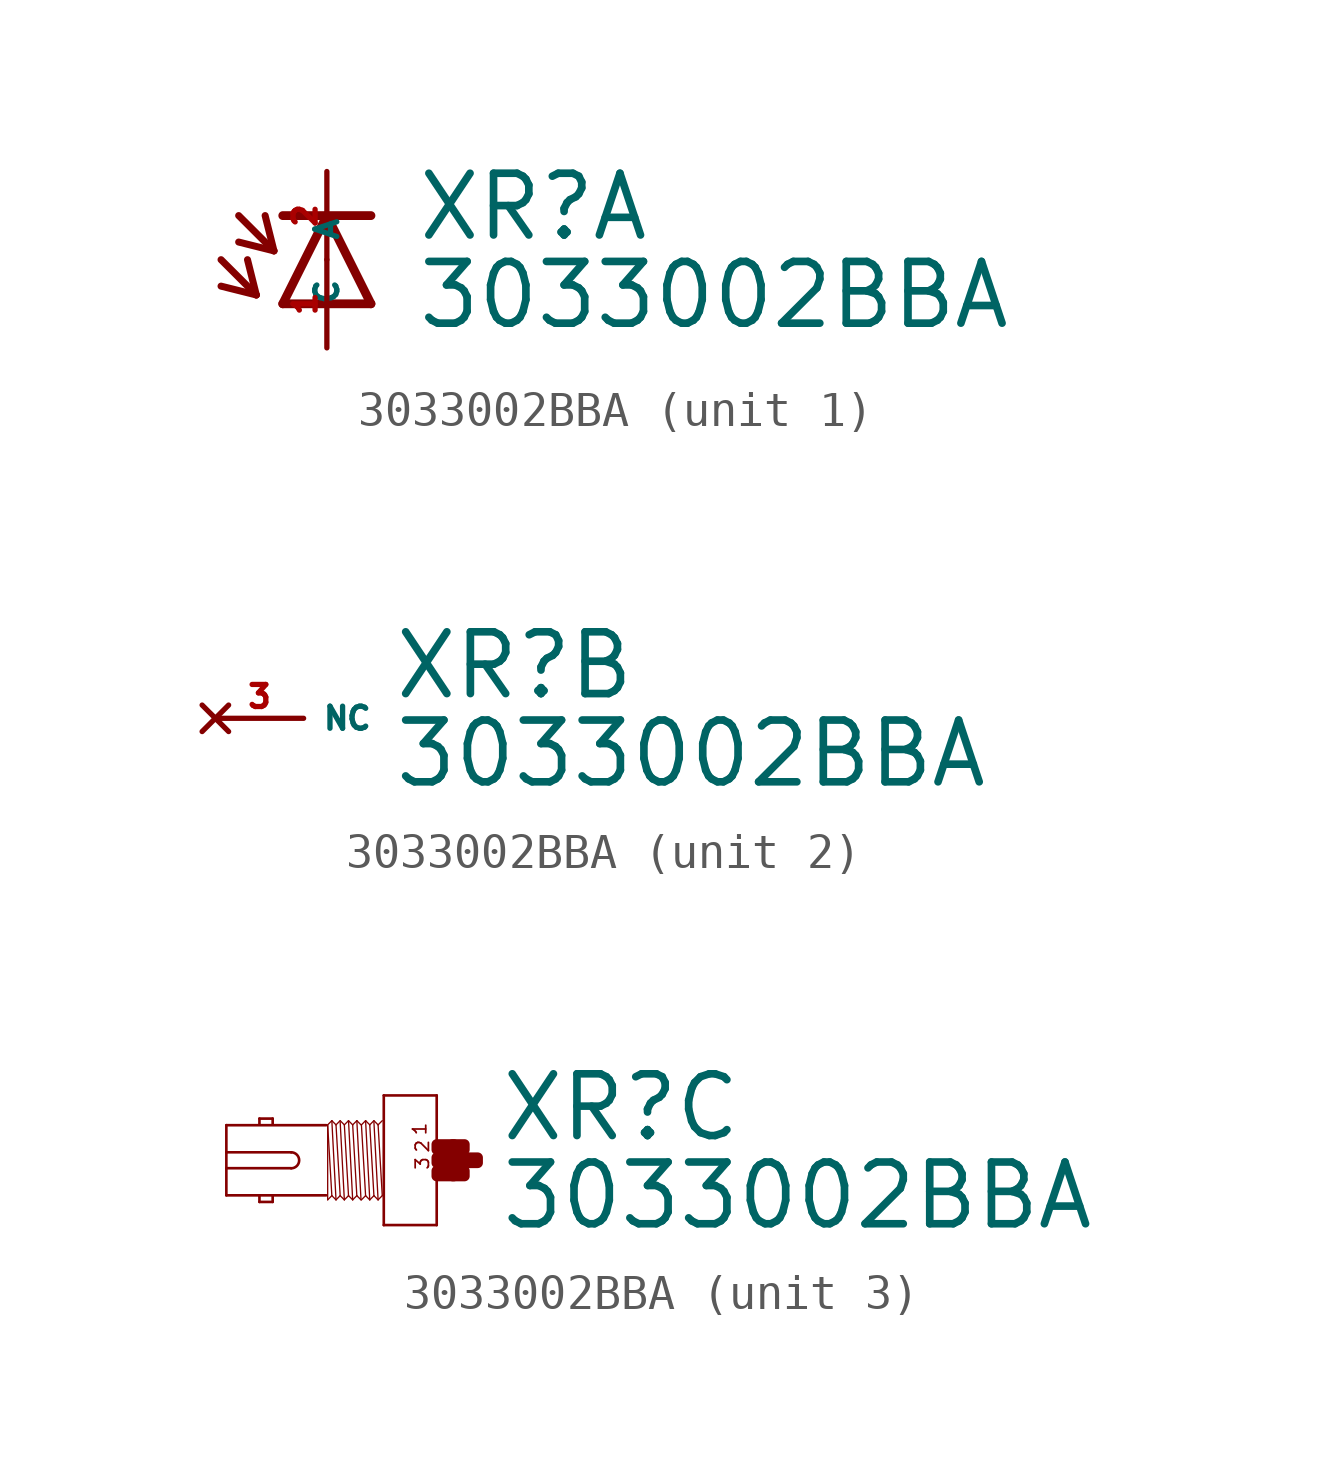
<source format=kicad_sym>
(kicad_symbol_lib
  (version 20220914)
  (generator Eagle2Kicad)
  (symbol "3033002BBA"
    (property "Reference" "XR"
      (at 2.54 0.483 0)
      (effects (font (size 1.778 1.778) (thickness 0.22)) (justify left bottom)))
    (property "Value" "3033002BBA"
      (at 2.54 -2.057 0)
      (effects (font (size 1.778 1.778) (thickness 0.22)) (justify left bottom)))
    (symbol "3033002BBA_1_0"
      (polyline (pts (xy 1.27 -1.27) (xy 0 1.27)) (stroke (width 0.254) (type default)) (fill (type none)))
      (polyline (pts (xy 0 1.27) (xy -1.27 -1.27)) (stroke (width 0.254) (type default)) (fill (type none)))
      (polyline (pts (xy -1.27 1.27) (xy 0 1.27)) (stroke (width 0.254) (type default)) (fill (type none)))
      (polyline (pts (xy -1.27 -1.27) (xy 1.27 -1.27)) (stroke (width 0.254) (type default)) (fill (type none)))
      (polyline (pts (xy 0 1.27) (xy 1.27 1.27)) (stroke (width 0.254) (type default)) (fill (type none)))
      (polyline (pts (xy -3.048 0) (xy -2.032 -1.016)) (stroke (width 0.203) (type default)) (fill (type none)))
      (polyline (pts (xy -2.032 -1.016) (xy -2.286 0)) (stroke (width 0.203) (type default)) (fill (type none)))
      (polyline (pts (xy -2.032 -1.016) (xy -3.048 -0.762)) (stroke (width 0.203) (type default)) (fill (type none)))
      (polyline (pts (xy -2.54 1.27) (xy -1.524 0.254)) (stroke (width 0.203) (type default)) (fill (type none)))
      (polyline (pts (xy -1.524 0.254) (xy -1.778 1.27)) (stroke (width 0.203) (type default)) (fill (type none)))
      (polyline (pts (xy -1.524 0.254) (xy -2.54 0.508)) (stroke (width 0.203) (type default)) (fill (type none)))
      (pin passive line (at 0 -2.54 90) (length 2.54) (name "A" (effects (font (size 0.635 0.635) (thickness 0.08)) (justify left bottom))) (number "1" (effects (font (size 0.635 0.635) (thickness 0.08)) (justify left bottom))))
      (pin passive line (at 0 2.54 270) (length 2.54) (name "C" (effects (font (size 0.635 0.635) (thickness 0.08)) (justify left bottom))) (number "2" (effects (font (size 0.635 0.635) (thickness 0.08)) (justify left bottom)))))
    (symbol "3033002BBA_2_0"
      (pin no_connect line (at -2.54 0 0) (length 2.54) (name "NC" (effects (font (size 0.635 0.635) (thickness 0.08)) (justify left bottom) hide)) (number "3" (effects (font (size 0.635 0.635) (thickness 0.08)) (justify left bottom) hide))))
    (symbol "3033002BBA_3_0"
      (polyline (pts (xy 0.762 1.867) (xy 0.762 -1.867)) (stroke (width 0.076) (type default)) (fill (type none)))
      (polyline (pts (xy 0.762 -1.867) (xy -0.762 -1.867)) (stroke (width 0.076) (type default)) (fill (type none)))
      (polyline (pts (xy -0.762 -1.867) (xy -0.762 1.867)) (stroke (width 0.076) (type default)) (fill (type none)))
      (polyline (pts (xy -0.762 1.867) (xy 0.762 1.867)) (stroke (width 0.076) (type default)) (fill (type none)))
      (polyline (pts (xy -2.419 1.01) (xy -5.296 1.01)) (stroke (width 0.076) (type default)) (fill (type none)))
      (polyline (pts (xy -5.296 1.01) (xy -5.296 0.229)) (stroke (width 0.076) (type default)) (fill (type none)))
      (polyline (pts (xy -5.296 0.229) (xy -5.296 -0.229)) (stroke (width 0.076) (type default)) (fill (type none)))
      (polyline (pts (xy -5.296 -0.229) (xy -5.296 -1.01)) (stroke (width 0.076) (type default)) (fill (type none)))
      (polyline (pts (xy -5.296 -1.01) (xy -2.419 -1.01)) (stroke (width 0.076) (type default)) (fill (type none)))
      (polyline (pts (xy -3.962 -1.029) (xy -3.962 -1.2)) (stroke (width 0.076) (type default)) (fill (type none)))
      (polyline (pts (xy -3.962 -1.2) (xy -4.343 -1.2)) (stroke (width 0.076) (type default)) (fill (type none)))
      (polyline (pts (xy -4.343 -1.2) (xy -4.343 -1.029)) (stroke (width 0.076) (type default)) (fill (type none)))
      (polyline (pts (xy -4.343 1.029) (xy -4.343 1.2)) (stroke (width 0.076) (type default)) (fill (type none)))
      (polyline (pts (xy -4.343 1.2) (xy -3.962 1.2)) (stroke (width 0.076) (type default)) (fill (type none)))
      (polyline (pts (xy -3.962 1.2) (xy -3.962 1.029)) (stroke (width 0.076) (type default)) (fill (type none)))
      (polyline (pts (xy -2.258 1.14) (xy -2.138 -1.14)) (stroke (width 0.038) (type default)) (fill (type none)))
      (polyline (pts (xy -2.018 1.099) (xy -1.898 -1.14)) (stroke (width 0.038) (type default)) (fill (type none)))
      (polyline (pts (xy -1.898 1.02) (xy -1.778 -1.02)) (stroke (width 0.038) (type default)) (fill (type none)))
      (polyline (pts (xy -1.778 1.14) (xy -1.658 -1.14)) (stroke (width 0.038) (type default)) (fill (type none)))
      (polyline (pts (xy -1.538 1.14) (xy -1.418 -1.14)) (stroke (width 0.038) (type default)) (fill (type none)))
      (polyline (pts (xy -2.378 -1.14) (xy -2.378 0.999)) (stroke (width 0.038) (type default)) (fill (type none)))
      (polyline (pts (xy -2.378 -1.14) (xy -2.258 -1.02)) (stroke (width 0.038) (type default)) (fill (type none)))
      (polyline (pts (xy -2.258 -1.02) (xy -2.138 -1.14)) (stroke (width 0.038) (type default)) (fill (type none)))
      (polyline (pts (xy -2.138 -1.14) (xy -2.018 -1.02)) (stroke (width 0.038) (type default)) (fill (type none)))
      (polyline (pts (xy -2.018 -1.02) (xy -1.898 -1.14)) (stroke (width 0.038) (type default)) (fill (type none)))
      (polyline (pts (xy -1.898 -1.14) (xy -1.778 -1.02)) (stroke (width 0.038) (type default)) (fill (type none)))
      (polyline (pts (xy -1.778 -1.02) (xy -1.658 -1.14)) (stroke (width 0.038) (type default)) (fill (type none)))
      (polyline (pts (xy -1.658 -1.14) (xy -1.538 -1.02)) (stroke (width 0.038) (type default)) (fill (type none)))
      (polyline (pts (xy -1.538 -1.02) (xy -1.418 -1.14)) (stroke (width 0.038) (type default)) (fill (type none)))
      (polyline (pts (xy -2.378 1.02) (xy -2.258 1.14)) (stroke (width 0.038) (type default)) (fill (type none)))
      (polyline (pts (xy -2.258 1.14) (xy -2.138 1.02)) (stroke (width 0.038) (type default)) (fill (type none)))
      (polyline (pts (xy -2.138 1.02) (xy -2.018 1.14)) (stroke (width 0.038) (type default)) (fill (type none)))
      (polyline (pts (xy -2.018 1.14) (xy -1.898 1.02)) (stroke (width 0.038) (type default)) (fill (type none)))
      (polyline (pts (xy -1.898 1.02) (xy -1.778 1.14)) (stroke (width 0.038) (type default)) (fill (type none)))
      (polyline (pts (xy -1.778 1.14) (xy -1.658 1.02)) (stroke (width 0.038) (type default)) (fill (type none)))
      (polyline (pts (xy -1.658 1.02) (xy -1.538 1.14)) (stroke (width 0.038) (type default)) (fill (type none)))
      (polyline (pts (xy -1.538 1.14) (xy -1.418 1.02)) (stroke (width 0.038) (type default)) (fill (type none)))
      (polyline (pts (xy -2.138 1.02) (xy -2.018 -1.02)) (stroke (width 0.038) (type default)) (fill (type none)))
      (polyline (pts (xy -1.658 1.02) (xy -1.538 -1.02)) (stroke (width 0.038) (type default)) (fill (type none)))
      (polyline (pts (xy -2.378 1.02) (xy -2.258 -1.02)) (stroke (width 0.038) (type default)) (fill (type none)))
      (polyline (pts (xy -1.286 1.14) (xy -1.166 -1.14)) (stroke (width 0.038) (type default)) (fill (type none)))
      (polyline (pts (xy -1.046 1.099) (xy -0.926 -1.14)) (stroke (width 0.038) (type default)) (fill (type none)))
      (polyline (pts (xy -0.926 1.02) (xy -0.806 -1.02)) (stroke (width 0.038) (type default)) (fill (type none)))
      (polyline (pts (xy -1.406 -1.14) (xy -1.286 -1.02)) (stroke (width 0.038) (type default)) (fill (type none)))
      (polyline (pts (xy -1.286 -1.02) (xy -1.166 -1.14)) (stroke (width 0.038) (type default)) (fill (type none)))
      (polyline (pts (xy -1.166 -1.14) (xy -1.046 -1.02)) (stroke (width 0.038) (type default)) (fill (type none)))
      (polyline (pts (xy -1.046 -1.02) (xy -0.926 -1.14)) (stroke (width 0.038) (type default)) (fill (type none)))
      (polyline (pts (xy -0.926 -1.14) (xy -0.806 -1.02)) (stroke (width 0.038) (type default)) (fill (type none)))
      (polyline (pts (xy -1.406 1.02) (xy -1.286 1.14)) (stroke (width 0.038) (type default)) (fill (type none)))
      (polyline (pts (xy -1.286 1.14) (xy -1.166 1.02)) (stroke (width 0.038) (type default)) (fill (type none)))
      (polyline (pts (xy -1.166 1.02) (xy -1.046 1.14)) (stroke (width 0.038) (type default)) (fill (type none)))
      (polyline (pts (xy -1.046 1.14) (xy -0.926 1.02)) (stroke (width 0.038) (type default)) (fill (type none)))
      (polyline (pts (xy -0.926 1.02) (xy -0.806 1.14)) (stroke (width 0.038) (type default)) (fill (type none)))
      (polyline (pts (xy -1.166 1.02) (xy -1.046 -1.02)) (stroke (width 0.038) (type default)) (fill (type none)))
      (polyline (pts (xy -1.406 1.02) (xy -1.286 -1.02)) (stroke (width 0.038) (type default)) (fill (type none)))
      (polyline (pts (xy -5.296 -0.229) (xy -3.429 -0.229)) (stroke (width 0.076) (type default)) (fill (type none)))
      (polyline (pts (xy -3.429 0.229) (xy -5.296 0.229)) (stroke (width 0.076) (type default)) (fill (type none)))
      (arc (start -3.429 -0.2286) (mid -3.200 0.000) (end -3.429 0.2286) (stroke (width 0.0762) (type default)) (fill (type none)))
      (text "1" (at 0.495 0.686 1800) (effects (font (size 0.381 0.381) (thickness 0.05)) (justify left bottom)))
      (text "3" (at 0.572 -0.305 1800) (effects (font (size 0.381 0.381) (thickness 0.05)) (justify left bottom)))
      (text "2" (at 0.572 0.191 1800) (effects (font (size 0.381 0.381) (thickness 0.05)) (justify left bottom)))
      (rectangle (start 0.762 -0.457) (end 1.257 -0.305) (stroke (width 0.3) (type default)) (fill (type outline)))
      (rectangle (start 0.762 -0.076) (end 1.638 0.076) (stroke (width 0.3) (type default)) (fill (type outline)))
      (rectangle (start 1.219 -0.457) (end 1.562 -0.305) (stroke (width 0.3) (type default)) (fill (type outline)))
      (rectangle (start 1.6 -0.076) (end 1.943 0.076) (stroke (width 0.3) (type default)) (fill (type outline)))
      (rectangle (start 1.219 0.305) (end 1.562 0.457) (stroke (width 0.3) (type default)) (fill (type outline)))
      (rectangle (start 0.762 0.305) (end 1.257 0.457) (stroke (width 0.3) (type default)) (fill (type outline))))))
</source>
